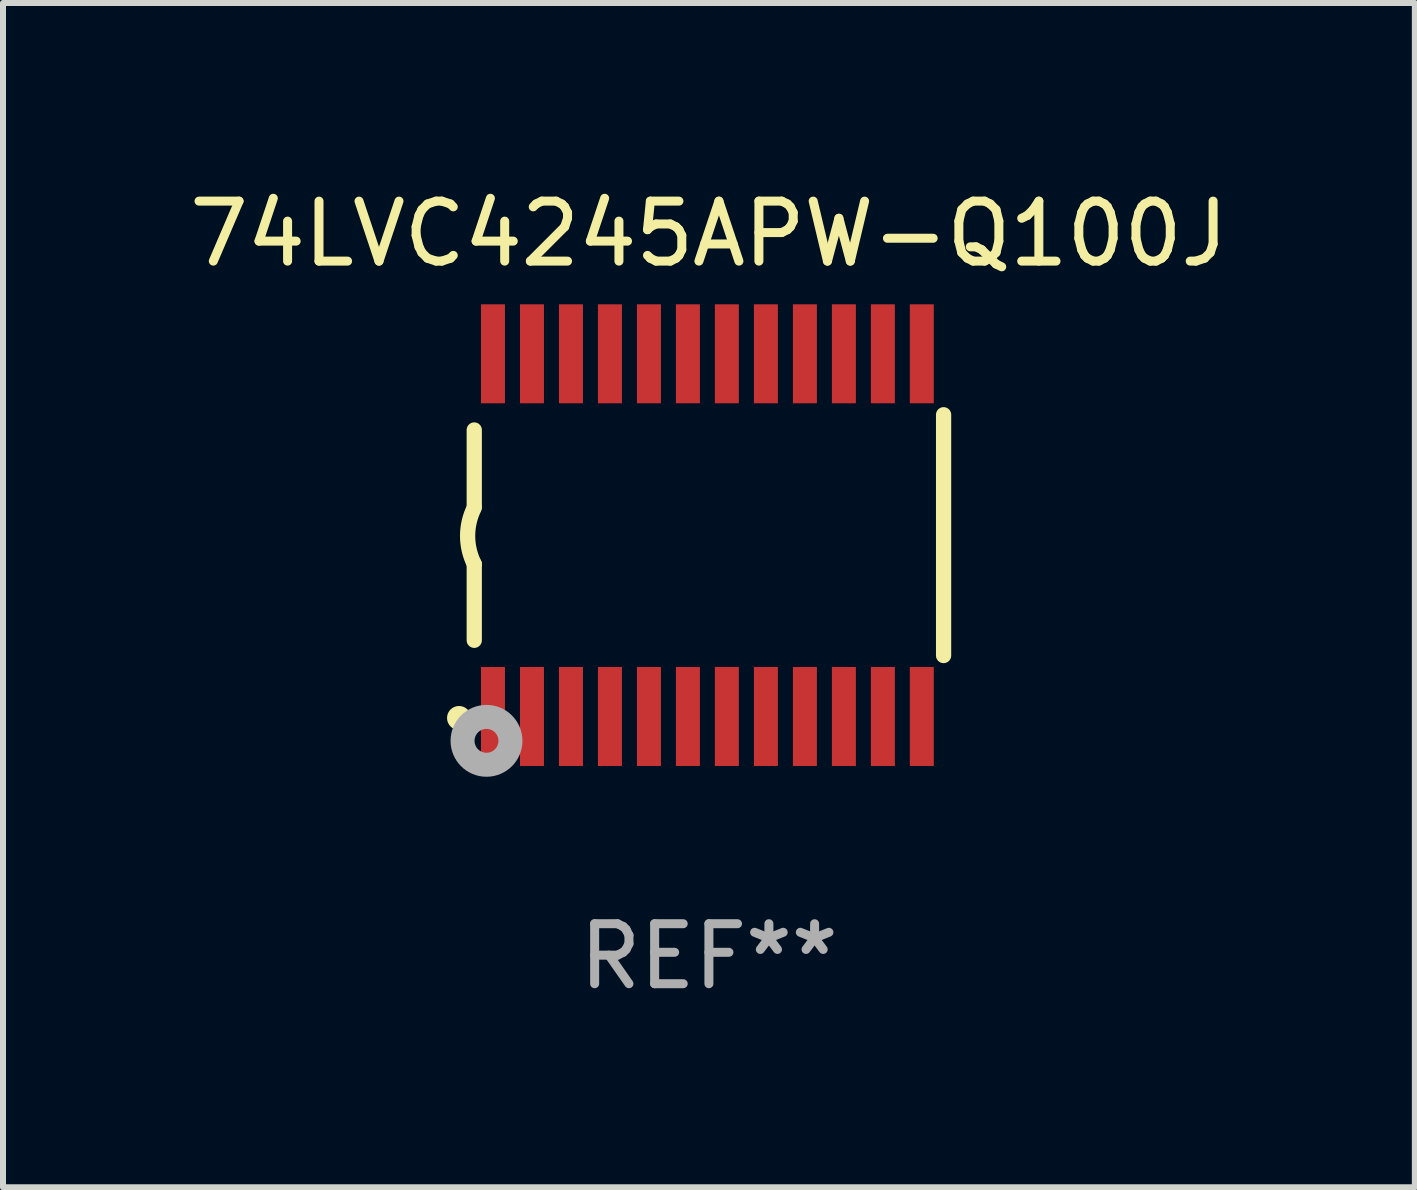
<source format=kicad_pcb>
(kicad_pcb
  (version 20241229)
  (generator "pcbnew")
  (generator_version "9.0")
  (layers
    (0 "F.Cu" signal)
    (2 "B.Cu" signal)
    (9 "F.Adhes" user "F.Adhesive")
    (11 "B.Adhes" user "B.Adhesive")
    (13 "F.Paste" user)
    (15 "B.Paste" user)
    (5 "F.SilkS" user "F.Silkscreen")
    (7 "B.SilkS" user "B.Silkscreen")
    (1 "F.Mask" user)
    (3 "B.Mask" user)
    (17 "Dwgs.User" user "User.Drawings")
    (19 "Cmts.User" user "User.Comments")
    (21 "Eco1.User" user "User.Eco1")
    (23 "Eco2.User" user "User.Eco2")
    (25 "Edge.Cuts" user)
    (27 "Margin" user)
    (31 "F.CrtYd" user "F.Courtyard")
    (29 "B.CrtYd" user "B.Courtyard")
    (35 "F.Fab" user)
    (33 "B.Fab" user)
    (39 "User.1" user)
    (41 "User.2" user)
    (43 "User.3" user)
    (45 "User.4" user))
  (footprint "74LVC4245APW-Q100J"
    (layer "F.Cu")
    (at 8.768 5.871)
    (property "Reference" "74LVC4245APW-Q100J" (at 0 -5.023 0) (layer "F.SilkS") (effects (font (size 1 1) (thickness 0.15))))
    (attr through_hole)
    (fp_line (start -3.912 -0.483) (end -3.912 -1.753) (stroke (width 0.254) (type solid)) (layer "F.SilkS"))
    (fp_line (start -3.912 1.753) (end -3.912 0.483) (stroke (width 0.254) (type solid)) (layer "F.SilkS"))
    (fp_line (start 3.912 -2.007) (end 3.912 2.007) (stroke (width 0.254) (type solid)) (layer "F.SilkS"))
    (fp_arc (start -3.911608 0.482601) (mid -4.022537 0.0127) (end -3.911608 -0.457201) (stroke (width 0.254001) (type solid)) (layer "F.SilkS"))
    (fp_circle (center -4.166 3.048) (end -4.066 3.048) (stroke (width 0.2) (type solid)) (fill no) (layer "F.SilkS"))
    (fp_circle (center -3.925 3.186) (end -3.895 3.186) (stroke (width 0.06) (type solid)) (fill no) (layer "F.SilkS"))
    (fp_circle (center -3.708 3.429) (end -3.509 3.429) (stroke (width 0.4) (type solid)) (fill no) (layer "F.Fab"))
    (fp_text user "REF**" (at 0 7.023 0) (layer "F.Fab") (effects (font (size 1 1) (thickness 0.15))))
    (pad "1" smd rect (at -3.6 3.023) (size 0.4 1.65) (layers "F.Cu" "F.Mask" "F.Paste"))
    (pad "2" smd rect (at -2.95 3.023) (size 0.4 1.65) (layers "F.Cu" "F.Mask" "F.Paste"))
    (pad "3" smd rect (at -2.3 3.023) (size 0.4 1.65) (layers "F.Cu" "F.Mask" "F.Paste"))
    (pad "4" smd rect (at -1.65 3.023) (size 0.4 1.65) (layers "F.Cu" "F.Mask" "F.Paste"))
    (pad "5" smd rect (at -1 3.023) (size 0.4 1.65) (layers "F.Cu" "F.Mask" "F.Paste"))
    (pad "6" smd rect (at -0.35 3.023) (size 0.4 1.65) (layers "F.Cu" "F.Mask" "F.Paste"))
    (pad "7" smd rect (at 0.299 3.023) (size 0.4 1.65) (layers "F.Cu" "F.Mask" "F.Paste"))
    (pad "8" smd rect (at 0.95 3.023) (size 0.4 1.65) (layers "F.Cu" "F.Mask" "F.Paste"))
    (pad "9" smd rect (at 1.6 3.023) (size 0.4 1.65) (layers "F.Cu" "F.Mask" "F.Paste"))
    (pad "10" smd rect (at 2.25 3.023) (size 0.4 1.65) (layers "F.Cu" "F.Mask" "F.Paste"))
    (pad "11" smd rect (at 2.9 3.023) (size 0.4 1.65) (layers "F.Cu" "F.Mask" "F.Paste"))
    (pad "12" smd rect (at 3.549 3.023) (size 0.4 1.65) (layers "F.Cu" "F.Mask" "F.Paste"))
    (pad "13" smd rect (at 3.549 -3.023) (size 0.4 1.65) (layers "F.Cu" "F.Mask" "F.Paste"))
    (pad "14" smd rect (at 2.9 -3.023) (size 0.4 1.65) (layers "F.Cu" "F.Mask" "F.Paste"))
    (pad "15" smd rect (at 2.25 -3.023) (size 0.4 1.65) (layers "F.Cu" "F.Mask" "F.Paste"))
    (pad "16" smd rect (at 1.6 -3.023) (size 0.4 1.65) (layers "F.Cu" "F.Mask" "F.Paste"))
    (pad "17" smd rect (at 0.95 -3.023) (size 0.4 1.65) (layers "F.Cu" "F.Mask" "F.Paste"))
    (pad "18" smd rect (at 0.299 -3.023) (size 0.4 1.65) (layers "F.Cu" "F.Mask" "F.Paste"))
    (pad "19" smd rect (at -0.35 -3.023) (size 0.4 1.65) (layers "F.Cu" "F.Mask" "F.Paste"))
    (pad "20" smd rect (at -1 -3.023) (size 0.4 1.65) (layers "F.Cu" "F.Mask" "F.Paste"))
    (pad "21" smd rect (at -1.65 -3.023) (size 0.4 1.65) (layers "F.Cu" "F.Mask" "F.Paste"))
    (pad "22" smd rect (at -2.3 -3.023) (size 0.4 1.65) (layers "F.Cu" "F.Mask" "F.Paste"))
    (pad "23" smd rect (at -2.95 -3.023) (size 0.4 1.65) (layers "F.Cu" "F.Mask" "F.Paste"))
    (pad "24" smd rect (at -3.6 -3.023) (size 0.4 1.65) (layers "F.Cu" "F.Mask" "F.Paste")))
  (gr_rect
    (start -3 -3)
    (end 20.536 16.742)
    (stroke (width 0.1) (type default))
    (fill no)
    (layer "Edge.Cuts")))
</source>
